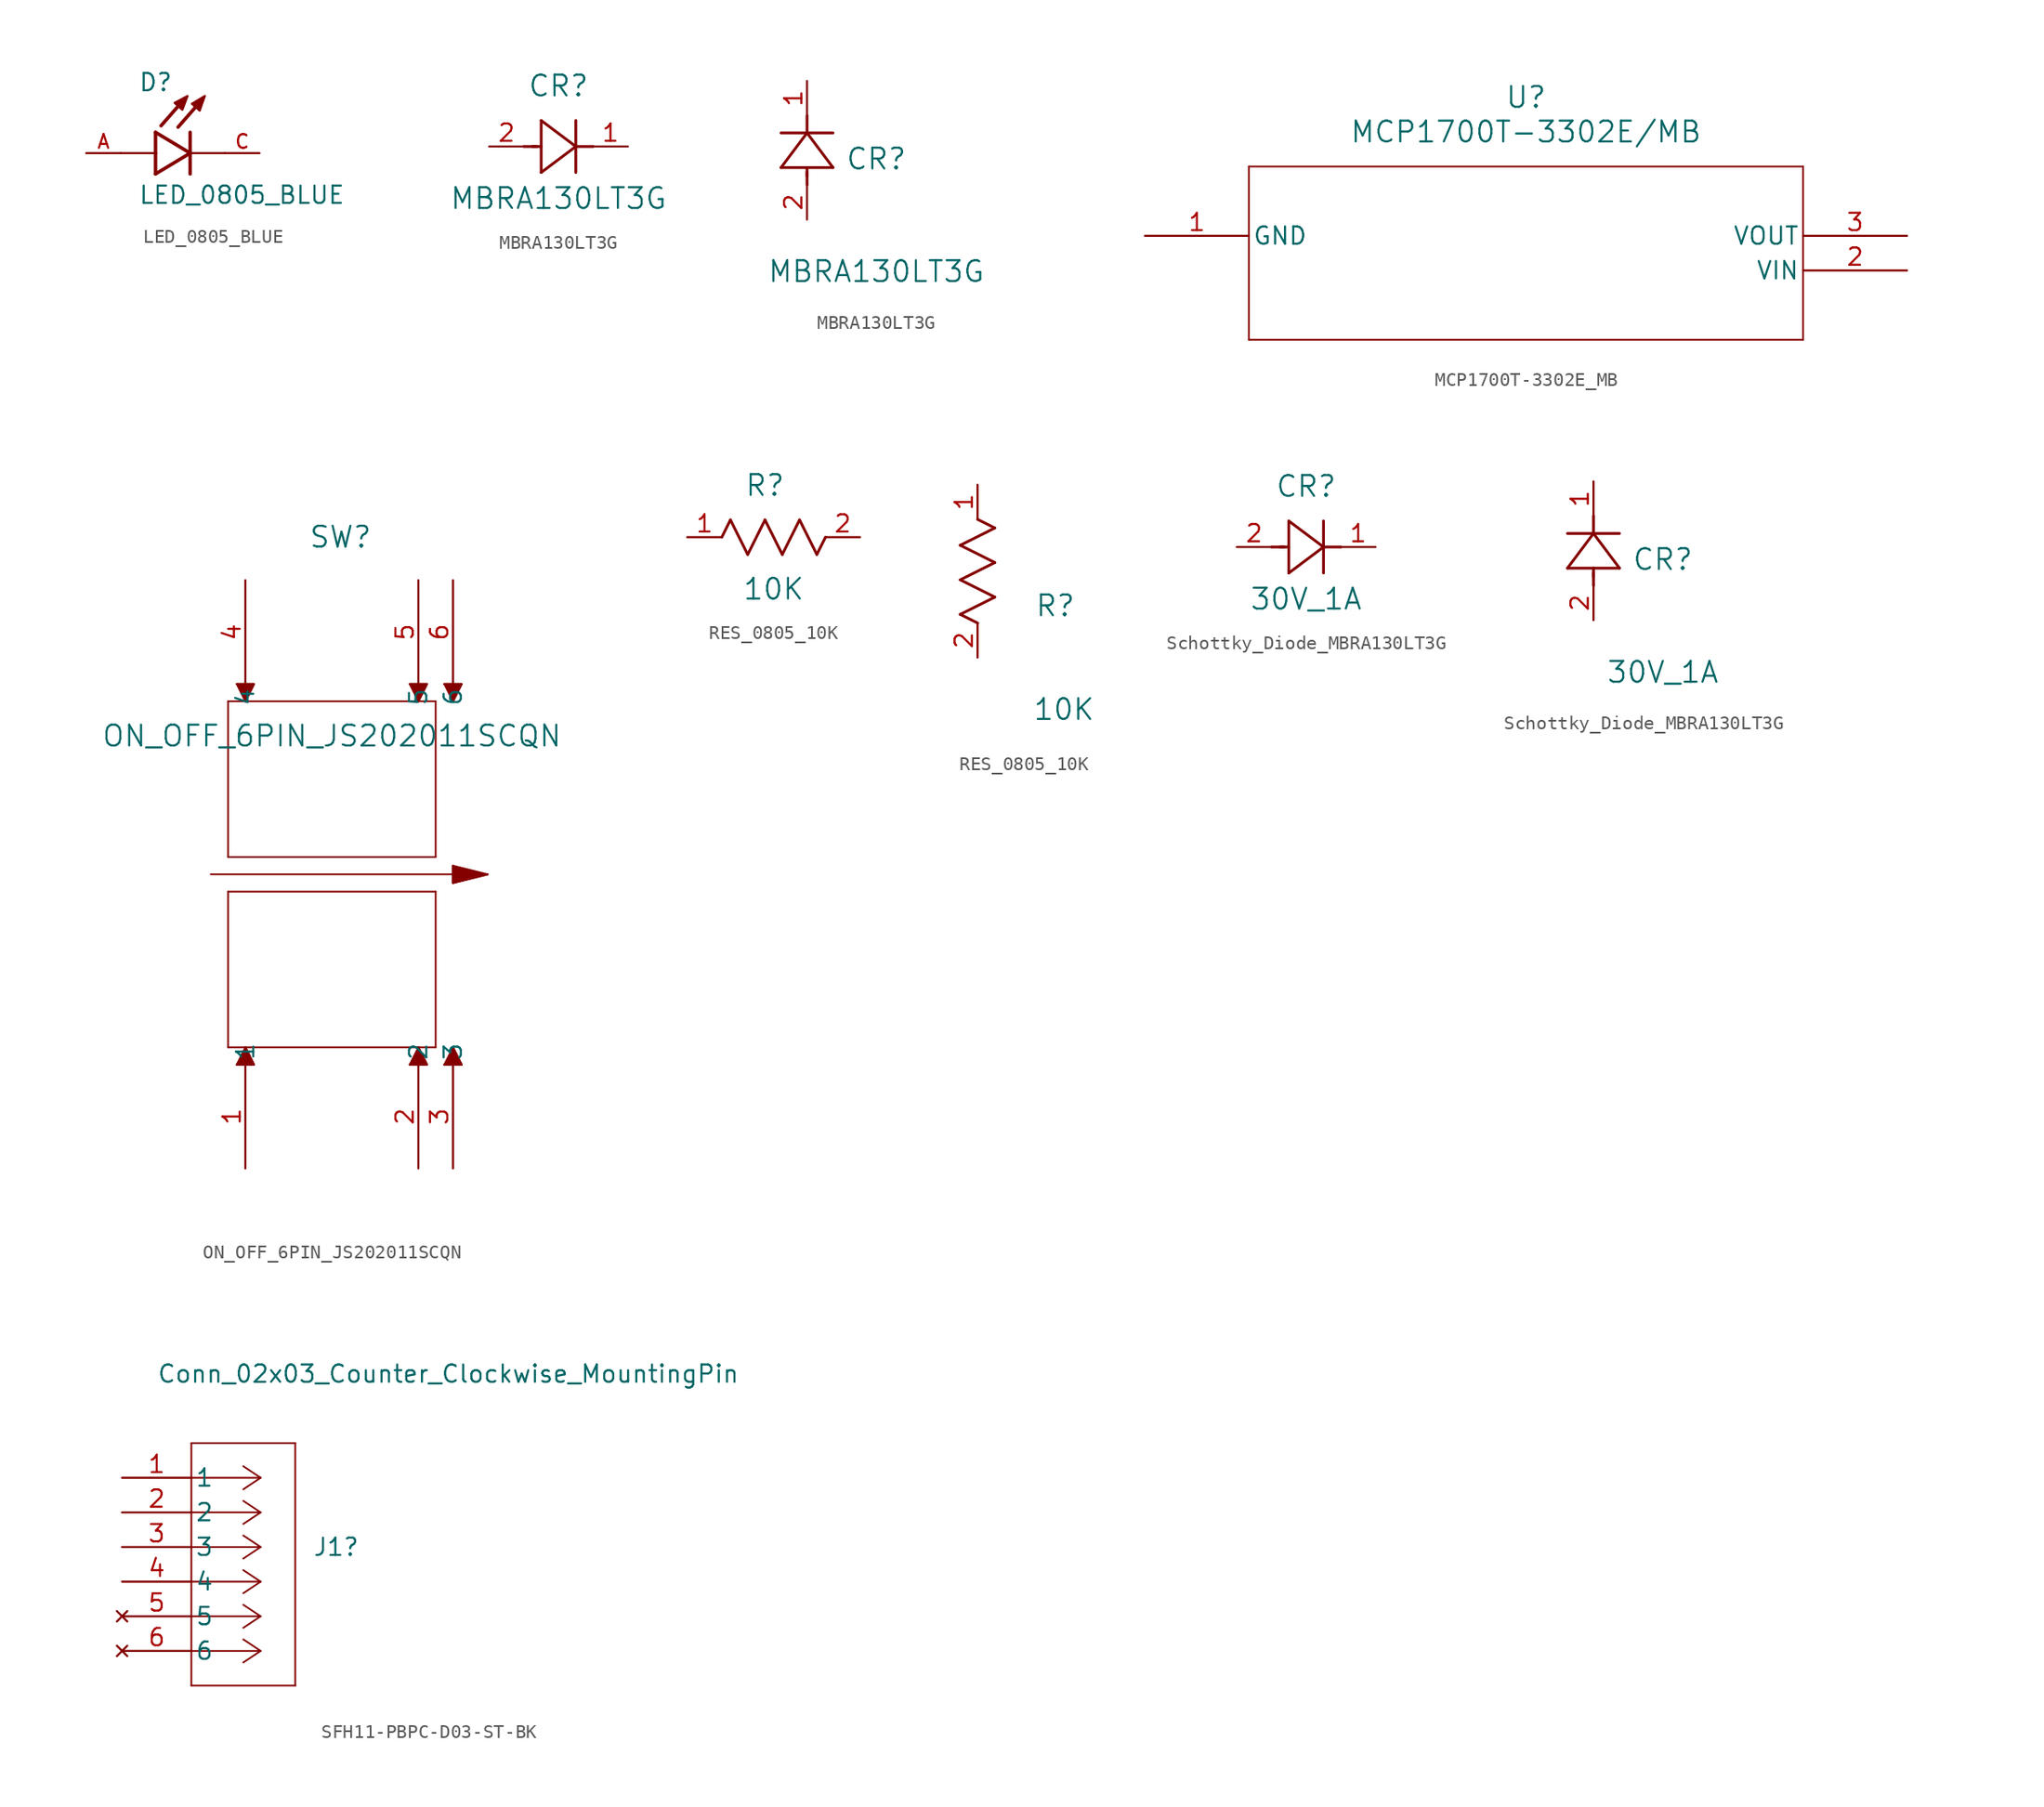
<source format=kicad_sym>
(kicad_symbol_lib
  (version 20220914)
  (generator kicad_symbol_editor)
  (symbol "LED_0805_BLUE"
    (pin_names
      (offset 1.016))
    (property "Reference" "D"
      (at -3.81 4.445 0)
      (effects (font (size 1.27 1.27)) (justify left bottom)))
    (property "Value" "LED_0805_BLUE"
      (at -3.81 -3.81 0)
      (effects (font (size 1.27 1.27)) (justify left bottom)))
    (symbol "LED_0805_BLUE_0_0"
      (polyline (pts (xy -2.54 -1.524) (xy 0 0)) (stroke (width 0.254) (type default)) (fill (type none)))
      (polyline (pts (xy -2.54 0) (xy -5.08 0)) (stroke (width 0.152) (type default)) (fill (type none)))
      (polyline (pts (xy -2.54 0) (xy -2.54 -1.524)) (stroke (width 0.254) (type default)) (fill (type none)))
      (polyline (pts (xy -2.54 1.524) (xy -2.54 0)) (stroke (width 0.254) (type default)) (fill (type none)))
      (polyline (pts (xy -0.356 4.039) (xy -2.134 2.007)) (stroke (width 0.254) (type default)) (fill (type none)))
      (polyline (pts (xy 0 0) (xy -2.54 1.524)) (stroke (width 0.254) (type default)) (fill (type none)))
      (polyline (pts (xy 0 0) (xy 0 -1.524)) (stroke (width 0.254) (type default)) (fill (type none)))
      (polyline (pts (xy 0 1.524) (xy 0 0)) (stroke (width 0.254) (type default)) (fill (type none)))
      (polyline (pts (xy 0.889 3.937) (xy -0.889 1.905)) (stroke (width 0.254) (type default)) (fill (type none)))
      (polyline (pts (xy 2.54 0) (xy 0 0)) (stroke (width 0.152) (type default)) (fill (type none)))
      (polyline (pts (xy -1.143 3.683) (xy -0.572 3.175) (xy -0.191 4.191) (xy -1.143 3.683)) (stroke (width 0.152) (type default)) (fill (type outline)))
      (polyline (pts (xy 0.127 3.619) (xy 0.699 3.111) (xy 1.079 4.191) (xy 0.127 3.619)) (stroke (width 0.152) (type default)) (fill (type outline)))
      (pin passive line (at -7.62 0 0) (length 2.54) (name "~" (effects (font (size 1.016 1.016)))) (number "A" (effects (font (size 1.016 1.016)))))
      (pin passive line (at 5.08 0 180) (length 2.54) (name "~" (effects (font (size 1.016 1.016)))) (number "C" (effects (font (size 1.016 1.016)))))))
  (symbol "MBRA130LT3G"
    (pin_names
      (offset 0.254))
    (property "Reference" "CR"
      (at 5.08 4.445 0)
      (effects (font (size 1.524 1.524))))
    (property "Value" "MBRA130LT3G"
      (at 5.08 -3.81 0)
      (effects (font (size 1.524 1.524))))
    (symbol "MBRA130LT3G_1_1"
      (polyline (pts (xy 2.54 0) (xy 3.48 0)) (stroke (width 0.203) (type default)) (fill (type none)))
      (polyline (pts (xy 3.175 0) (xy 3.81 0)) (stroke (width 0.203) (type default)) (fill (type none)))
      (polyline (pts (xy 3.81 -1.905) (xy 6.35 0)) (stroke (width 0.203) (type default)) (fill (type none)))
      (polyline (pts (xy 3.81 1.905) (xy 3.81 -1.905)) (stroke (width 0.203) (type default)) (fill (type none)))
      (polyline (pts (xy 6.35 -1.905) (xy 6.35 1.905)) (stroke (width 0.203) (type default)) (fill (type none)))
      (polyline (pts (xy 6.35 0) (xy 3.81 1.905)) (stroke (width 0.203) (type default)) (fill (type none)))
      (polyline (pts (xy 6.35 0) (xy 7.62 0)) (stroke (width 0.203) (type default)) (fill (type none)))
      (pin output line (at 10.16 0 180) (length 2.54) (name "" (effects (font (size 1.27 1.27)))) (number "1" (effects (font (size 1.27 1.27)))))
      (pin input line (at 0 0 0) (length 2.54) (name "" (effects (font (size 1.27 1.27)))) (number "2" (effects (font (size 1.27 1.27))))))
    (symbol "MBRA130LT3G_1_2"
      (polyline (pts (xy -1.905 3.81) (xy 1.905 3.81)) (stroke (width 0.203) (type default)) (fill (type none)))
      (polyline (pts (xy 0 2.54) (xy 0 3.48)) (stroke (width 0.203) (type default)) (fill (type none)))
      (polyline (pts (xy 0 3.175) (xy 0 3.81)) (stroke (width 0.203) (type default)) (fill (type none)))
      (polyline (pts (xy 0 6.35) (xy -1.905 3.81)) (stroke (width 0.203) (type default)) (fill (type none)))
      (polyline (pts (xy 0 6.35) (xy 0 7.62)) (stroke (width 0.203) (type default)) (fill (type none)))
      (polyline (pts (xy 1.905 3.81) (xy 0 6.35)) (stroke (width 0.203) (type default)) (fill (type none)))
      (polyline (pts (xy 1.905 6.35) (xy -1.905 6.35)) (stroke (width 0.203) (type default)) (fill (type none)))
      (pin unspecified line (at 0 10.16 270) (length 2.54) (name "" (effects (font (size 1.27 1.27)))) (number "1" (effects (font (size 1.27 1.27)))))
      (pin unspecified line (at 0 0 90) (length 2.54) (name "" (effects (font (size 1.27 1.27)))) (number "2" (effects (font (size 1.27 1.27)))))))
  (symbol "MCP1700T-3302E_MB"
    (pin_names
      (offset 0.254))
    (property "Reference" "U"
      (at 27.94 10.16 0)
      (effects (font (size 1.524 1.524))))
    (property "Value" "MCP1700T-3302E/MB"
      (at 27.94 7.62 0)
      (effects (font (size 1.524 1.524))))
    (symbol "MCP1700T-3302E_MB_0_1"
      (polyline (pts (xy 7.62 -7.62) (xy 48.26 -7.62)) (stroke (width 0.127) (type default)) (fill (type none)))
      (polyline (pts (xy 7.62 5.08) (xy 7.62 -7.62)) (stroke (width 0.127) (type default)) (fill (type none)))
      (polyline (pts (xy 48.26 -7.62) (xy 48.26 5.08)) (stroke (width 0.127) (type default)) (fill (type none)))
      (polyline (pts (xy 48.26 5.08) (xy 7.62 5.08)) (stroke (width 0.127) (type default)) (fill (type none))))
    (symbol "MCP1700T-3302E_MB_1_1"
      (pin power_in line (at 0 0 0) (length 7.62) (name "GND" (effects (font (size 1.27 1.27)))) (number "1" (effects (font (size 1.27 1.27)))))
      (pin power_in line (at 55.88 -2.54 180) (length 7.62) (name "VIN" (effects (font (size 1.27 1.27)))) (number "2" (effects (font (size 1.27 1.27)))))
      (pin power_out line (at 55.88 0 180) (length 7.62) (name "VOUT" (effects (font (size 1.27 1.27)))) (number "3" (effects (font (size 1.27 1.27)))))))
  (symbol "ON_OFF_6PIN_JS202011SCQN"
    (pin_names
      (offset 0.254))
    (property "Reference" "SW"
      (at 6.985 46.355 0)
      (effects (font (size 1.524 1.524))))
    (property "Value" "ON_OFF_6PIN_JS202011SCQN"
      (at 6.35 31.75 0)
      (effects (font (size 1.524 1.524))))
    (symbol "ON_OFF_6PIN_JS202011SCQN_0_1"
      (polyline (pts (xy -2.54 21.59) (xy 15.24 21.59)) (stroke (width 0.127) (type default)) (fill (type none)))
      (polyline (pts (xy -1.27 8.89) (xy -1.27 20.32)) (stroke (width 0.127) (type default)) (fill (type none)))
      (polyline (pts (xy -1.27 8.89) (xy 13.97 8.89)) (stroke (width 0.127) (type default)) (fill (type none)))
      (polyline (pts (xy -1.27 20.32) (xy 13.97 20.32)) (stroke (width 0.127) (type default)) (fill (type none)))
      (polyline (pts (xy -1.27 22.86) (xy 13.97 22.86)) (stroke (width 0.127) (type default)) (fill (type none)))
      (polyline (pts (xy -1.27 34.29) (xy -1.27 22.86)) (stroke (width 0.127) (type default)) (fill (type none)))
      (polyline (pts (xy -0.635 7.62) (xy 0 8.89)) (stroke (width 0.127) (type default)) (fill (type none)))
      (polyline (pts (xy -0.635 7.62) (xy 0.635 7.62)) (stroke (width 0.127) (type default)) (fill (type none)))
      (polyline (pts (xy -0.635 35.56) (xy 0 34.29)) (stroke (width 0.127) (type default)) (fill (type none)))
      (polyline (pts (xy -0.635 35.56) (xy 0.635 35.56)) (stroke (width 0.127) (type default)) (fill (type none)))
      (polyline (pts (xy 0 8.89) (xy 0.635 7.62)) (stroke (width 0.127) (type default)) (fill (type none)))
      (polyline (pts (xy 0 34.29) (xy 0.635 35.56)) (stroke (width 0.127) (type default)) (fill (type none)))
      (polyline (pts (xy 12.065 7.62) (xy 12.7 8.89)) (stroke (width 0.127) (type default)) (fill (type none)))
      (polyline (pts (xy 12.065 35.56) (xy 12.7 34.29)) (stroke (width 0.127) (type default)) (fill (type none)))
      (polyline (pts (xy 12.065 35.56) (xy 13.335 35.56)) (stroke (width 0.127) (type default)) (fill (type none)))
      (polyline (pts (xy 12.7 8.89) (xy 13.335 7.62)) (stroke (width 0.127) (type default)) (fill (type none)))
      (polyline (pts (xy 12.7 34.29) (xy 13.335 35.56)) (stroke (width 0.127) (type default)) (fill (type none)))
      (polyline (pts (xy 13.335 7.62) (xy 12.065 7.62)) (stroke (width 0.127) (type default)) (fill (type none)))
      (polyline (pts (xy 13.97 8.89) (xy 13.97 20.32)) (stroke (width 0.127) (type default)) (fill (type none)))
      (polyline (pts (xy 13.97 22.86) (xy 13.97 34.29)) (stroke (width 0.127) (type default)) (fill (type none)))
      (polyline (pts (xy 13.97 34.29) (xy -1.27 34.29)) (stroke (width 0.127) (type default)) (fill (type none)))
      (polyline (pts (xy 14.605 7.62) (xy 15.24 8.89)) (stroke (width 0.127) (type default)) (fill (type none)))
      (polyline (pts (xy 14.605 7.62) (xy 15.875 7.62)) (stroke (width 0.127) (type default)) (fill (type none)))
      (polyline (pts (xy 14.605 35.56) (xy 15.24 34.29)) (stroke (width 0.127) (type default)) (fill (type none)))
      (polyline (pts (xy 14.605 35.56) (xy 15.875 35.56)) (stroke (width 0.127) (type default)) (fill (type none)))
      (polyline (pts (xy 15.24 8.89) (xy 15.875 7.62)) (stroke (width 0.127) (type default)) (fill (type none)))
      (polyline (pts (xy 15.24 20.955) (xy 17.78 21.59)) (stroke (width 0.127) (type default)) (fill (type none)))
      (polyline (pts (xy 15.24 22.225) (xy 15.24 20.955)) (stroke (width 0.127) (type default)) (fill (type none)))
      (polyline (pts (xy 15.24 22.225) (xy 17.78 21.59)) (stroke (width 0.127) (type default)) (fill (type none)))
      (polyline (pts (xy 15.24 34.29) (xy 15.875 35.56)) (stroke (width 0.127) (type default)) (fill (type none)))
      (polyline (pts (xy -0.635 7.62) (xy 0.635 7.62) (xy 0 8.89)) (stroke (width 0) (type default)) (fill (type outline)))
      (polyline (pts (xy -0.635 35.56) (xy 0.635 35.56) (xy 0 34.29)) (stroke (width 0) (type default)) (fill (type outline)))
      (polyline (pts (xy 12.065 7.62) (xy 13.335 7.62) (xy 12.7 8.89)) (stroke (width 0) (type default)) (fill (type outline)))
      (polyline (pts (xy 12.065 35.56) (xy 13.335 35.56) (xy 12.7 34.29)) (stroke (width 0) (type default)) (fill (type outline)))
      (polyline (pts (xy 14.605 7.62) (xy 15.875 7.62) (xy 15.24 8.89)) (stroke (width 0) (type default)) (fill (type outline)))
      (polyline (pts (xy 14.605 35.56) (xy 15.875 35.56) (xy 15.24 34.29)) (stroke (width 0) (type default)) (fill (type outline)))
      (polyline (pts (xy 15.24 22.225) (xy 15.24 20.955) (xy 17.78 21.59)) (stroke (width 0) (type default)) (fill (type outline)))
      (pin unspecified line (at 12.7 0 90) (length 7.62) (name "2" (effects (font (size 1.27 1.27)))) (number "2" (effects (font (size 1.27 1.27)))))
      (pin unspecified line (at 15.24 0 90) (length 7.62) (name "3" (effects (font (size 1.27 1.27)))) (number "3" (effects (font (size 1.27 1.27)))))
      (pin unspecified line (at 15.24 43.18 270) (length 7.62) (name "6" (effects (font (size 1.27 1.27)))) (number "6" (effects (font (size 1.27 1.27))))))
    (symbol "ON_OFF_6PIN_JS202011SCQN_1_1"
      (pin bidirectional line (at 0 0 90) (length 7.62) (name "1" (effects (font (size 1.27 1.27)))) (number "1" (effects (font (size 1.27 1.27)))))
      (pin bidirectional line (at 0 43.18 270) (length 7.62) (name "4" (effects (font (size 1.27 1.27)))) (number "4" (effects (font (size 1.27 1.27)))))
      (pin power_in line (at 12.7 43.18 270) (length 7.62) (name "5" (effects (font (size 1.27 1.27)))) (number "5" (effects (font (size 1.27 1.27)))))))
  (symbol "RES_0805_10K"
    (pin_names
      (offset 0.254))
    (property "Reference" "R"
      (at 5.715 3.81 0)
      (effects (font (size 1.524 1.524))))
    (property "Value" "10K"
      (at 6.35 -3.81 0)
      (effects (font (size 1.524 1.524))))
    (symbol "RES_0805_10K_1_1"
      (polyline (pts (xy 2.54 0) (xy 3.175 1.27)) (stroke (width 0.203) (type default)) (fill (type none)))
      (polyline (pts (xy 3.175 1.27) (xy 4.445 -1.27)) (stroke (width 0.203) (type default)) (fill (type none)))
      (polyline (pts (xy 4.445 -1.27) (xy 5.715 1.27)) (stroke (width 0.203) (type default)) (fill (type none)))
      (polyline (pts (xy 5.715 1.27) (xy 6.985 -1.27)) (stroke (width 0.203) (type default)) (fill (type none)))
      (polyline (pts (xy 6.985 -1.27) (xy 8.255 1.27)) (stroke (width 0.203) (type default)) (fill (type none)))
      (polyline (pts (xy 8.255 1.27) (xy 9.525 -1.27)) (stroke (width 0.203) (type default)) (fill (type none)))
      (polyline (pts (xy 9.525 -1.27) (xy 10.16 0)) (stroke (width 0.203) (type default)) (fill (type none)))
      (pin passive line (at 0 0 0) (length 2.54) (name "" (effects (font (size 1.27 1.27)))) (number "1" (effects (font (size 1.27 1.27)))))
      (pin passive line (at 12.7 0 180) (length 2.54) (name "" (effects (font (size 1.27 1.27)))) (number "2" (effects (font (size 1.27 1.27))))))
    (symbol "RES_0805_10K_1_2"
      (polyline (pts (xy -1.27 3.175) (xy 1.27 4.445)) (stroke (width 0.203) (type default)) (fill (type none)))
      (polyline (pts (xy -1.27 5.715) (xy 1.27 6.985)) (stroke (width 0.203) (type default)) (fill (type none)))
      (polyline (pts (xy -1.27 8.255) (xy 1.27 9.525)) (stroke (width 0.203) (type default)) (fill (type none)))
      (polyline (pts (xy 0 2.54) (xy -1.27 3.175)) (stroke (width 0.203) (type default)) (fill (type none)))
      (polyline (pts (xy 1.27 4.445) (xy -1.27 5.715)) (stroke (width 0.203) (type default)) (fill (type none)))
      (polyline (pts (xy 1.27 6.985) (xy -1.27 8.255)) (stroke (width 0.203) (type default)) (fill (type none)))
      (polyline (pts (xy 1.27 9.525) (xy 0 10.16)) (stroke (width 0.203) (type default)) (fill (type none)))
      (pin unspecified line (at 0 12.7 270) (length 2.54) (name "" (effects (font (size 1.27 1.27)))) (number "1" (effects (font (size 1.27 1.27)))))
      (pin unspecified line (at 0 0 90) (length 2.54) (name "" (effects (font (size 1.27 1.27)))) (number "2" (effects (font (size 1.27 1.27)))))))
  (symbol "Schottky_Diode_MBRA130LT3G"
    (pin_names
      (offset 0.254))
    (property "Reference" "CR"
      (at 5.08 4.445 0)
      (effects (font (size 1.524 1.524))))
    (property "Value" "30V_1A"
      (at 5.08 -3.81 0)
      (effects (font (size 1.524 1.524))))
    (symbol "Schottky_Diode_MBRA130LT3G_1_1"
      (polyline (pts (xy 2.54 0) (xy 3.48 0)) (stroke (width 0.203) (type default)) (fill (type none)))
      (polyline (pts (xy 3.175 0) (xy 3.81 0)) (stroke (width 0.203) (type default)) (fill (type none)))
      (polyline (pts (xy 3.81 -1.905) (xy 6.35 0)) (stroke (width 0.203) (type default)) (fill (type none)))
      (polyline (pts (xy 3.81 1.905) (xy 3.81 -1.905)) (stroke (width 0.203) (type default)) (fill (type none)))
      (polyline (pts (xy 6.35 -1.905) (xy 6.35 1.905)) (stroke (width 0.203) (type default)) (fill (type none)))
      (polyline (pts (xy 6.35 0) (xy 3.81 1.905)) (stroke (width 0.203) (type default)) (fill (type none)))
      (polyline (pts (xy 6.35 0) (xy 7.62 0)) (stroke (width 0.203) (type default)) (fill (type none)))
      (pin power_in line (at 10.16 0 180) (length 2.54) (name "" (effects (font (size 1.27 1.27)))) (number "1" (effects (font (size 1.27 1.27)))))
      (pin power_in line (at 0 0 0) (length 2.54) (name "" (effects (font (size 1.27 1.27)))) (number "2" (effects (font (size 1.27 1.27))))))
    (symbol "Schottky_Diode_MBRA130LT3G_1_2"
      (polyline (pts (xy -1.905 3.81) (xy 1.905 3.81)) (stroke (width 0.203) (type default)) (fill (type none)))
      (polyline (pts (xy 0 2.54) (xy 0 3.48)) (stroke (width 0.203) (type default)) (fill (type none)))
      (polyline (pts (xy 0 3.175) (xy 0 3.81)) (stroke (width 0.203) (type default)) (fill (type none)))
      (polyline (pts (xy 0 6.35) (xy -1.905 3.81)) (stroke (width 0.203) (type default)) (fill (type none)))
      (polyline (pts (xy 0 6.35) (xy 0 7.62)) (stroke (width 0.203) (type default)) (fill (type none)))
      (polyline (pts (xy 1.905 3.81) (xy 0 6.35)) (stroke (width 0.203) (type default)) (fill (type none)))
      (polyline (pts (xy 1.905 6.35) (xy -1.905 6.35)) (stroke (width 0.203) (type default)) (fill (type none)))
      (pin unspecified line (at 0 10.16 270) (length 2.54) (name "" (effects (font (size 1.27 1.27)))) (number "1" (effects (font (size 1.27 1.27)))))
      (pin unspecified line (at 0 0 90) (length 2.54) (name "" (effects (font (size 1.27 1.27)))) (number "2" (effects (font (size 1.27 1.27)))))))
  (symbol "SFH11-PBPC-D03-ST-BK"
    (pin_names
      (offset 0.254))
    (property "Reference" "J1"
      (at 13.97 -5.08 0)
      (effects (font (size 1.27 1.27)) (justify left)))
    (property "Value" "Conn_02x03_Counter_Clockwise_MountingPin"
      (at 2.54 7.62 0)
      (effects (font (size 1.27 1.27)) (justify left)))
    (property "ki_locked" ""
      (at 0 0 0)
      (effects (font (size 1.27 1.27))))
    (symbol "SFH11-PBPC-D03-ST-BK_0_1"
      (polyline (pts (xy 5.08 -15.24) (xy 12.7 -15.24)) (stroke (width 0.127) (type default)) (fill (type none)))
      (polyline (pts (xy 5.08 2.54) (xy 5.08 -15.24)) (stroke (width 0.127) (type default)) (fill (type none)))
      (polyline (pts (xy 10.16 -12.7) (xy 5.08 -12.7)) (stroke (width 0.127) (type default)) (fill (type none)))
      (polyline (pts (xy 10.16 -12.7) (xy 8.89 -13.547)) (stroke (width 0.127) (type default)) (fill (type none)))
      (polyline (pts (xy 10.16 -12.7) (xy 8.89 -11.853)) (stroke (width 0.127) (type default)) (fill (type none)))
      (polyline (pts (xy 10.16 -10.16) (xy 5.08 -10.16)) (stroke (width 0.127) (type default)) (fill (type none)))
      (polyline (pts (xy 10.16 -10.16) (xy 8.89 -11.007)) (stroke (width 0.127) (type default)) (fill (type none)))
      (polyline (pts (xy 10.16 -10.16) (xy 8.89 -9.313)) (stroke (width 0.127) (type default)) (fill (type none)))
      (polyline (pts (xy 10.16 -7.62) (xy 5.08 -7.62)) (stroke (width 0.127) (type default)) (fill (type none)))
      (polyline (pts (xy 10.16 -7.62) (xy 8.89 -8.467)) (stroke (width 0.127) (type default)) (fill (type none)))
      (polyline (pts (xy 10.16 -7.62) (xy 8.89 -6.773)) (stroke (width 0.127) (type default)) (fill (type none)))
      (polyline (pts (xy 10.16 -5.08) (xy 5.08 -5.08)) (stroke (width 0.127) (type default)) (fill (type none)))
      (polyline (pts (xy 10.16 -5.08) (xy 8.89 -5.927)) (stroke (width 0.127) (type default)) (fill (type none)))
      (polyline (pts (xy 10.16 -5.08) (xy 8.89 -4.233)) (stroke (width 0.127) (type default)) (fill (type none)))
      (polyline (pts (xy 10.16 -2.54) (xy 5.08 -2.54)) (stroke (width 0.127) (type default)) (fill (type none)))
      (polyline (pts (xy 10.16 -2.54) (xy 8.89 -3.387)) (stroke (width 0.127) (type default)) (fill (type none)))
      (polyline (pts (xy 10.16 -2.54) (xy 8.89 -1.693)) (stroke (width 0.127) (type default)) (fill (type none)))
      (polyline (pts (xy 10.16 0) (xy 5.08 0)) (stroke (width 0.127) (type default)) (fill (type none)))
      (polyline (pts (xy 10.16 0) (xy 8.89 -0.847)) (stroke (width 0.127) (type default)) (fill (type none)))
      (polyline (pts (xy 10.16 0) (xy 8.89 0.847)) (stroke (width 0.127) (type default)) (fill (type none)))
      (polyline (pts (xy 12.7 -15.24) (xy 12.7 2.54)) (stroke (width 0.127) (type default)) (fill (type none)))
      (polyline (pts (xy 12.7 2.54) (xy 5.08 2.54)) (stroke (width 0.127) (type default)) (fill (type none))))
    (symbol "SFH11-PBPC-D03-ST-BK_1_1"
      (pin power_in line (at 0 0 0) (length 5.08) (name "1" (effects (font (size 1.27 1.27)))) (number "1" (effects (font (size 1.27 1.27)))))
      (pin power_in line (at 0 -2.54 0) (length 5.08) (name "2" (effects (font (size 1.27 1.27)))) (number "2" (effects (font (size 1.27 1.27)))))
      (pin bidirectional line (at 0 -5.08 0) (length 5.08) (name "3" (effects (font (size 1.27 1.27)))) (number "3" (effects (font (size 1.27 1.27)))))
      (pin bidirectional line (at 0 -7.62 0) (length 5.08) (name "4" (effects (font (size 1.27 1.27)))) (number "4" (effects (font (size 1.27 1.27)))))
      (pin no_connect line (at 0 -10.16 0) (length 5.08) (name "5" (effects (font (size 1.27 1.27)))) (number "5" (effects (font (size 1.27 1.27)))))
      (pin no_connect line (at 0 -12.7 0) (length 5.08) (name "6" (effects (font (size 1.27 1.27)))) (number "6" (effects (font (size 1.27 1.27))))))))
</source>
